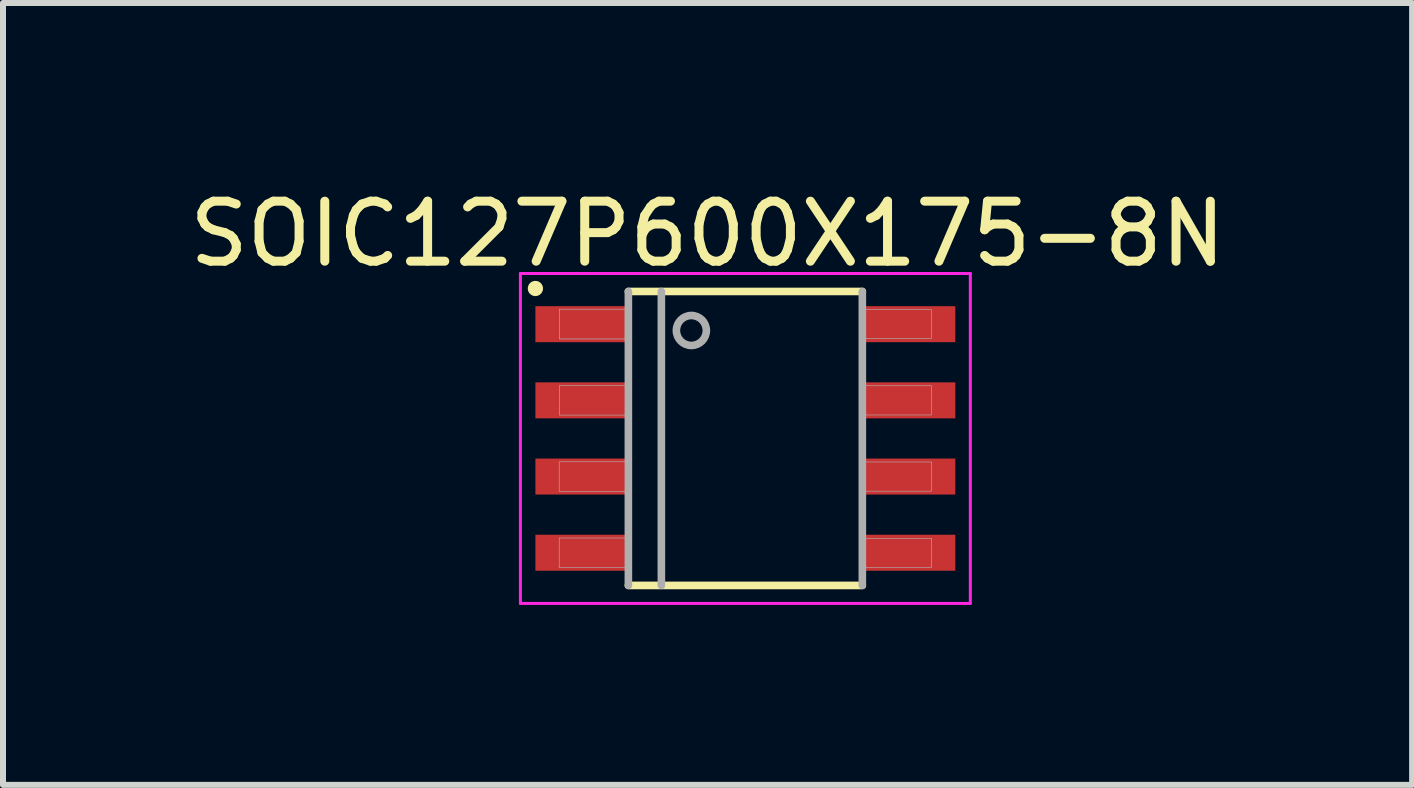
<source format=kicad_pcb>
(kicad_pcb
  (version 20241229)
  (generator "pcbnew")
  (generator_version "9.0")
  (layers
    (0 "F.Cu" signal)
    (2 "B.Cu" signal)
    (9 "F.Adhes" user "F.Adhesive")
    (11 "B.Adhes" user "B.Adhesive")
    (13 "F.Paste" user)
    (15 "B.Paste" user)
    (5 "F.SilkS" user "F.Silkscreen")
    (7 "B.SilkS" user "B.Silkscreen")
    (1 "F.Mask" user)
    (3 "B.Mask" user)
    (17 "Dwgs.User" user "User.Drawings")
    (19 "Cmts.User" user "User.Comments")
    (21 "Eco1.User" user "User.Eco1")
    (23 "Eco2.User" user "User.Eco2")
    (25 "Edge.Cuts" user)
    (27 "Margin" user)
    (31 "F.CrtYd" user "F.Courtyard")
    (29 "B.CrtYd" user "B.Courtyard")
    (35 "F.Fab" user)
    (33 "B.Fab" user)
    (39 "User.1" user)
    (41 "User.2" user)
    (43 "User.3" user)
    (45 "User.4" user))
  (footprint "SOIC127P600X175-8N"
    (layer "F.Cu")
    (at 9.375 4.259)
    (property "Reference" "SOIC127P600X175-8N" (at -0.63 -3.41 0) (layer "F.SilkS") (effects (font (size 1 1) (thickness 0.15))))
    (attr smd)
    (fp_line (start -1.95 -2.45) (end 1.95 -2.45) (stroke (width 0.127) (type solid)) (layer "F.SilkS"))
    (fp_line (start -1.95 2.45) (end 1.95 2.45) (stroke (width 0.127) (type solid)) (layer "F.SilkS"))
    (fp_circle (center -3.5 -2.5) (end -3.373 -2.5) (stroke (width 0) (type solid)) (fill yes) (layer "F.SilkS"))
    (fp_line (start -3.75 -2.75) (end 3.75 -2.75) (stroke (width 0.05) (type solid)) (layer "F.CrtYd"))
    (fp_line (start -3.75 2.75) (end -3.75 -2.75) (stroke (width 0.05) (type solid)) (layer "F.CrtYd"))
    (fp_line (start 3.75 -2.75) (end 3.75 2.75) (stroke (width 0.05) (type solid)) (layer "F.CrtYd"))
    (fp_line (start 3.75 2.75) (end -3.75 2.75) (stroke (width 0.05) (type solid)) (layer "F.CrtYd"))
    (fp_line (start -1.95 2.45) (end -1.95 -2.45) (stroke (width 0.127) (type solid)) (layer "F.Fab"))
    (fp_line (start -1.4 2.45) (end -1.4 -2.45) (stroke (width 0.127) (type solid)) (layer "F.Fab"))
    (fp_line (start 1.95 -2.45) (end 1.95 2.45) (stroke (width 0.127) (type solid)) (layer "F.Fab"))
    (fp_circle (center -0.9 -1.8) (end -0.65 -1.8) (stroke (width 0.127) (type solid)) (fill no) (layer "F.Fab"))
    (fp_poly (pts (xy -2.003 -2.154) (xy -2.003 -1.659) (xy -3.101 -1.659) (xy -3.101 -2.154)) (stroke (width 0.01) (type solid)) (fill no) (layer "F.Fab"))
    (fp_poly (pts (xy -2.001 0.389) (xy -2.001 0.883) (xy -3.103 0.883) (xy -3.103 0.389)) (stroke (width 0.01) (type solid)) (fill no) (layer "F.Fab"))
    (fp_poly (pts (xy -2.001 -0.881) (xy -2.001 -0.389) (xy -3.101 -0.389) (xy -3.101 -0.881)) (stroke (width 0.01) (type solid)) (fill no) (layer "F.Fab"))
    (fp_poly (pts (xy -2 1.66) (xy -2 2.153) (xy -3.103 2.153) (xy -3.103 1.66)) (stroke (width 0.01) (type solid)) (fill no) (layer "F.Fab"))
    (fp_poly (pts (xy 3.101 -2.149) (xy 3.101 -1.663) (xy 2.003 -1.663) (xy 2.003 -2.149)) (stroke (width 0.01) (type solid)) (fill no) (layer "F.Fab"))
    (fp_poly (pts (xy 3.102 -0.878) (xy 3.102 -0.392) (xy 2.002 -0.392) (xy 2.002 -0.878)) (stroke (width 0.01) (type solid)) (fill no) (layer "F.Fab"))
    (fp_poly (pts (xy 3.102 0.392) (xy 3.102 0.879) (xy 2.001 0.879) (xy 2.001 0.392)) (stroke (width 0.01) (type solid)) (fill no) (layer "F.Fab"))
    (fp_poly (pts (xy 3.104 1.664) (xy 3.104 2.15) (xy 2 2.15) (xy 2 1.664)) (stroke (width 0.01) (type solid)) (fill no) (layer "F.Fab"))
    (pad "1" smd rect (at -2.7 -1.905) (size 1.6 0.6) (layers "F.Cu" "F.Mask" "F.Paste"))
    (pad "2" smd rect (at -2.7 -0.635) (size 1.6 0.6) (layers "F.Cu" "F.Mask" "F.Paste"))
    (pad "3" smd rect (at -2.7 0.635) (size 1.6 0.6) (layers "F.Cu" "F.Mask" "F.Paste"))
    (pad "4" smd rect (at -2.7 1.905) (size 1.6 0.6) (layers "F.Cu" "F.Mask" "F.Paste"))
    (pad "5" smd rect (at 2.7 1.905) (size 1.6 0.6) (layers "F.Cu" "F.Mask" "F.Paste"))
    (pad "6" smd rect (at 2.7 0.635) (size 1.6 0.6) (layers "F.Cu" "F.Mask" "F.Paste"))
    (pad "7" smd rect (at 2.7 -0.635) (size 1.6 0.6) (layers "F.Cu" "F.Mask" "F.Paste"))
    (pad "8" smd rect (at 2.7 -1.905) (size 1.6 0.6) (layers "F.Cu" "F.Mask" "F.Paste")))
  (gr_rect
    (start -3 -3)
    (end 20.49 10.034)
    (stroke (width 0.1) (type default))
    (fill no)
    (layer "Edge.Cuts")))
</source>
